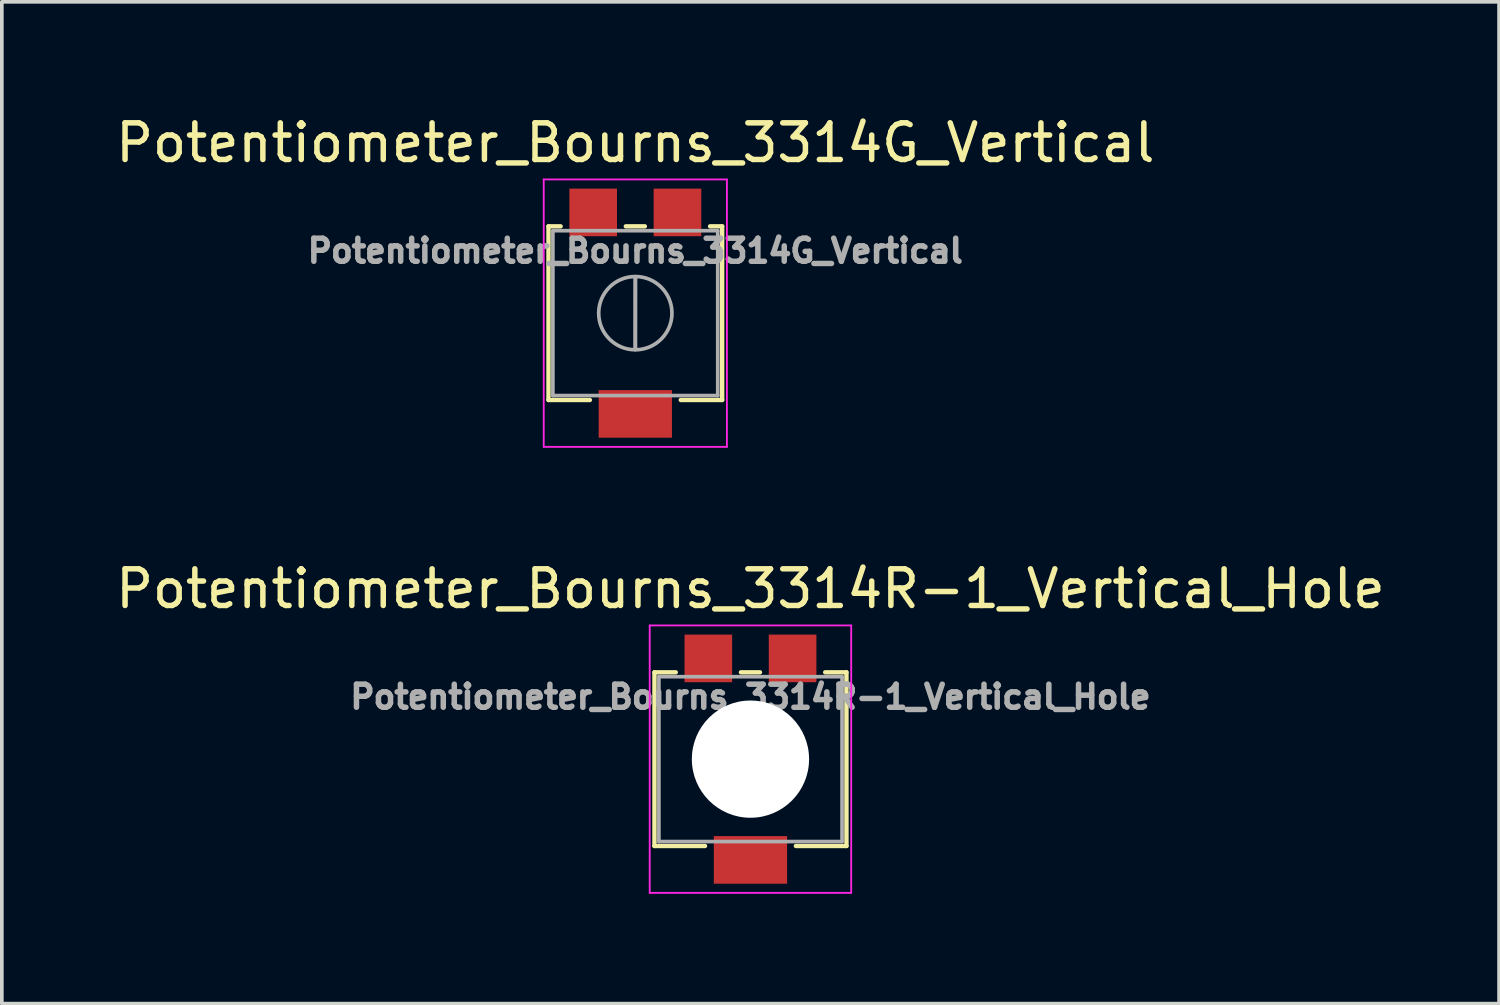
<source format=kicad_pcb>
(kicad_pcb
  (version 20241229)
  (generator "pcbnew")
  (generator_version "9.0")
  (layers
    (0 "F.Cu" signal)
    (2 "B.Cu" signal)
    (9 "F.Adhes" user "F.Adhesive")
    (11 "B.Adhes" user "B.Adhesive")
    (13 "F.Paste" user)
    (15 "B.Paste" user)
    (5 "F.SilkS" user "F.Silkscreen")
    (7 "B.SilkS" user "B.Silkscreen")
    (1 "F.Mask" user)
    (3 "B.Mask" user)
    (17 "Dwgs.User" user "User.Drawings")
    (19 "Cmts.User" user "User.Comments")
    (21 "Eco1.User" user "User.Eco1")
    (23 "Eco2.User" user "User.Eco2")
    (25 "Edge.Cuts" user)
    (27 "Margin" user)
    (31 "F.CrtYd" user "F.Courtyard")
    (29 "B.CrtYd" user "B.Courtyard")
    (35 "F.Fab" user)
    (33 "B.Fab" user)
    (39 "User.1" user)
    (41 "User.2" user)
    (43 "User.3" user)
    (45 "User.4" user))
  (footprint "Potentiometer_Bourns_3314G_Vertical"
    (layer "F.Cu")
    (at 14.292 5.498)
    (property "Reference" "Potentiometer_Bourns_3314G_Vertical" (at 0 -4.65 0) (layer "F.SilkS") (effects (font (size 1 1) (thickness 0.15))))
    (attr smd)
    (fp_line (start -2.37 -2.37) (end -2.37 2.37) (stroke (width 0.12) (type solid)) (layer "F.SilkS"))
    (fp_line (start -2.37 -2.37) (end -2.039 -2.37) (stroke (width 0.12) (type solid)) (layer "F.SilkS"))
    (fp_line (start -2.37 2.37) (end -1.24 2.37) (stroke (width 0.12) (type solid)) (layer "F.SilkS"))
    (fp_line (start -0.259 -2.37) (end 0.26 -2.37) (stroke (width 0.12) (type solid)) (layer "F.SilkS"))
    (fp_line (start 1.24 2.37) (end 2.37 2.37) (stroke (width 0.12) (type solid)) (layer "F.SilkS"))
    (fp_line (start 2.04 -2.37) (end 2.37 -2.37) (stroke (width 0.12) (type solid)) (layer "F.SilkS"))
    (fp_line (start 2.37 -2.37) (end 2.37 2.37) (stroke (width 0.12) (type solid)) (layer "F.SilkS"))
    (fp_line (start -2.5 -3.65) (end -2.5 3.65) (stroke (width 0.05) (type solid)) (layer "F.CrtYd"))
    (fp_line (start -2.5 3.65) (end 2.5 3.65) (stroke (width 0.05) (type solid)) (layer "F.CrtYd"))
    (fp_line (start 2.5 -3.65) (end -2.5 -3.65) (stroke (width 0.05) (type solid)) (layer "F.CrtYd"))
    (fp_line (start 2.5 3.65) (end 2.5 -3.65) (stroke (width 0.05) (type solid)) (layer "F.CrtYd"))
    (fp_line (start -2.25 -2.25) (end -2.25 2.25) (stroke (width 0.1) (type solid)) (layer "F.Fab"))
    (fp_line (start -2.25 2.25) (end 2.25 2.25) (stroke (width 0.1) (type solid)) (layer "F.Fab"))
    (fp_line (start 0 0.99) (end 0.001 -0.989) (stroke (width 0.1) (type solid)) (layer "F.Fab"))
    (fp_line (start 0 0.99) (end 0.001 -0.989) (stroke (width 0.1) (type solid)) (layer "F.Fab"))
    (fp_line (start 2.25 -2.25) (end -2.25 -2.25) (stroke (width 0.1) (type solid)) (layer "F.Fab"))
    (fp_line (start 2.25 2.25) (end 2.25 -2.25) (stroke (width 0.1) (type solid)) (layer "F.Fab"))
    (fp_circle (center 0 0) (end 1 0) (stroke (width 0.1) (type solid)) (fill no) (layer "F.Fab"))
    (fp_text user "${REFERENCE}" (at 0 -1.7 0) (layer "F.Fab") (effects (font (size 0.63 0.63) (thickness 0.15))))
    (pad "1" smd rect (at 1.15 -2.75) (size 1.3 1.3) (layers "F.Cu" "F.Mask" "F.Paste"))
    (pad "2" smd rect (at 0 2.75) (size 2 1.3) (layers "F.Cu" "F.Mask" "F.Paste"))
    (pad "3" smd rect (at -1.15 -2.75) (size 1.3 1.3) (layers "F.Cu" "F.Mask" "F.Paste")))
  (footprint "Potentiometer_Bourns_3314R-1_Vertical_Hole"
    (layer "F.Cu")
    (at 17.435 17.672)
    (property "Reference" "Potentiometer_Bourns_3314R-1_Vertical_Hole" (at 0 -4.65 0) (layer "F.SilkS") (effects (font (size 1 1) (thickness 0.15))))
    (attr smd)
    (fp_line (start -2.62 -2.37) (end -2.62 2.37) (stroke (width 0.12) (type solid)) (layer "F.SilkS"))
    (fp_line (start -2.62 -2.37) (end -2.039 -2.37) (stroke (width 0.12) (type solid)) (layer "F.SilkS"))
    (fp_line (start -2.62 2.37) (end -1.24 2.37) (stroke (width 0.12) (type solid)) (layer "F.SilkS"))
    (fp_line (start -0.26 -2.37) (end 0.26 -2.37) (stroke (width 0.12) (type solid)) (layer "F.SilkS"))
    (fp_line (start 1.24 2.37) (end 2.62 2.37) (stroke (width 0.12) (type solid)) (layer "F.SilkS"))
    (fp_line (start 2.04 -2.37) (end 2.62 -2.37) (stroke (width 0.12) (type solid)) (layer "F.SilkS"))
    (fp_line (start 2.62 -2.37) (end 2.62 2.37) (stroke (width 0.12) (type solid)) (layer "F.SilkS"))
    (fp_line (start -2.75 -3.65) (end -2.75 3.65) (stroke (width 0.05) (type solid)) (layer "F.CrtYd"))
    (fp_line (start -2.75 3.65) (end 2.75 3.65) (stroke (width 0.05) (type solid)) (layer "F.CrtYd"))
    (fp_line (start 2.75 -3.65) (end -2.75 -3.65) (stroke (width 0.05) (type solid)) (layer "F.CrtYd"))
    (fp_line (start 2.75 3.65) (end 2.75 -3.65) (stroke (width 0.05) (type solid)) (layer "F.CrtYd"))
    (fp_line (start -2.5 -2.25) (end -2.5 2.25) (stroke (width 0.1) (type solid)) (layer "F.Fab"))
    (fp_line (start -2.5 2.25) (end 2.5 2.25) (stroke (width 0.1) (type solid)) (layer "F.Fab"))
    (fp_line (start 2.5 -2.25) (end -2.5 -2.25) (stroke (width 0.1) (type solid)) (layer "F.Fab"))
    (fp_line (start 2.5 2.25) (end 2.5 -2.25) (stroke (width 0.1) (type solid)) (layer "F.Fab"))
    (fp_text user "${REFERENCE}" (at 0 -1.7 0) (layer "F.Fab") (effects (font (size 0.63 0.63) (thickness 0.15))))
    (pad "" np_thru_hole circle (at 0 0) (size 3.2 3.2) (drill 3.2) (layers "*.Cu" "*.Mask"))
    (pad "1" smd rect (at 1.15 -2.75) (size 1.3 1.3) (layers "F.Cu" "F.Mask" "F.Paste"))
    (pad "2" smd rect (at 0 2.75) (size 2 1.3) (layers "F.Cu" "F.Mask" "F.Paste"))
    (pad "3" smd rect (at -1.15 -2.75) (size 1.3 1.3) (layers "F.Cu" "F.Mask" "F.Paste")))
  (gr_rect
    (start -3 -3)
    (end 37.869 24.346)
    (stroke (width 0.1) (type default))
    (fill no)
    (layer "Edge.Cuts")))
</source>
